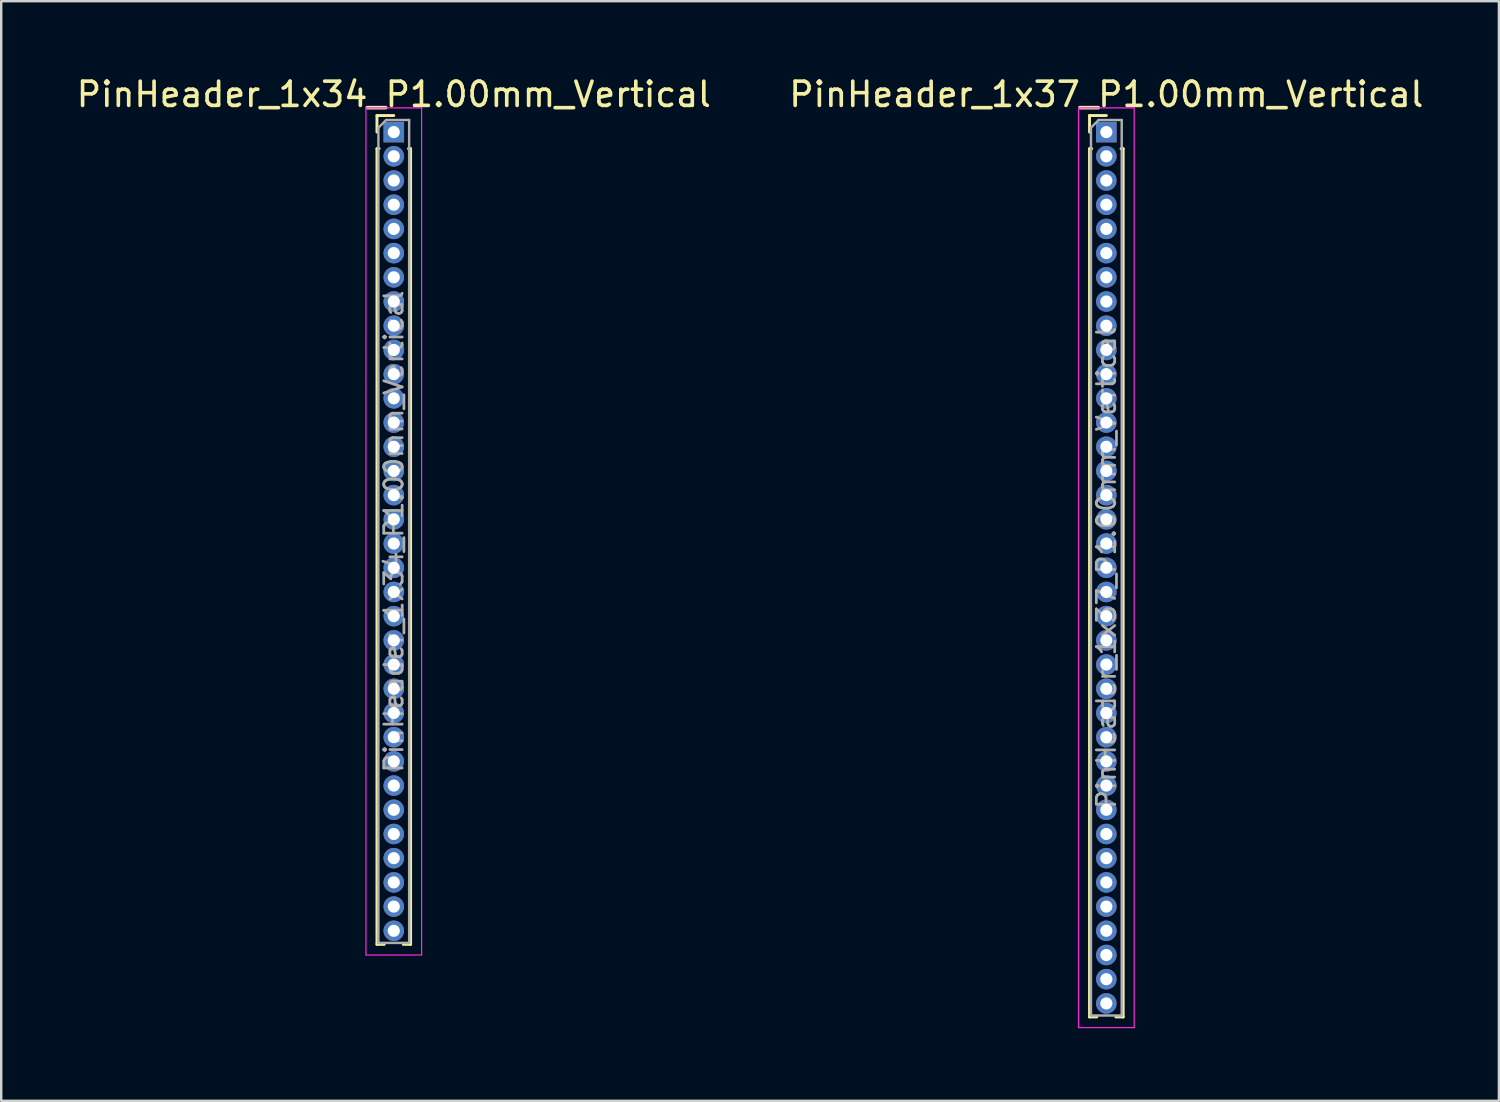
<source format=kicad_pcb>
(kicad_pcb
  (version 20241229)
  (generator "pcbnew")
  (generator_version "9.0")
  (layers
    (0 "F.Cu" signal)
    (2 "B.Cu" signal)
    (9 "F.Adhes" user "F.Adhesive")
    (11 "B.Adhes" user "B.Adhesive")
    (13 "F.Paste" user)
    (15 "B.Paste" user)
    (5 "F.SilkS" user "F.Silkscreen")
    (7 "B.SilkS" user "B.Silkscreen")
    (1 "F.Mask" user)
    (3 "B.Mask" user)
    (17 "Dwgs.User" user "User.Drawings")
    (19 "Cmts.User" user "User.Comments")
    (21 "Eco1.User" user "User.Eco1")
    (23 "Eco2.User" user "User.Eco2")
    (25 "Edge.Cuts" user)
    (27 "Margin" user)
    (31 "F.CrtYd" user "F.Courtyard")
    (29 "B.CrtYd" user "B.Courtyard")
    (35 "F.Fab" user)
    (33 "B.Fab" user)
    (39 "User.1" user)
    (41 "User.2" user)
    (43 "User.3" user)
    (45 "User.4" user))
  (footprint "PinHeader_1x34_P1.00mm_Vertical"
    (layer "F.Cu")
    (at 13.22 2.408)
    (property "Reference" "PinHeader_1x34_P1.00mm_Vertical" (at 0 -1.56 0) (layer "F.SilkS") (effects (font (size 1 1) (thickness 0.15))))
    (attr through_hole)
    (fp_line (start -0.695 -0.685) (end 0 -0.685) (stroke (width 0.12) (type solid)) (layer "F.SilkS"))
    (fp_line (start -0.695 0) (end -0.695 -0.685) (stroke (width 0.12) (type solid)) (layer "F.SilkS"))
    (fp_line (start -0.695 0.685) (end -0.695 33.56) (stroke (width 0.12) (type solid)) (layer "F.SilkS"))
    (fp_line (start -0.695 0.685) (end -0.608 0.685) (stroke (width 0.12) (type solid)) (layer "F.SilkS"))
    (fp_line (start -0.695 33.56) (end -0.394 33.56) (stroke (width 0.12) (type solid)) (layer "F.SilkS"))
    (fp_line (start 0.394 33.56) (end 0.695 33.56) (stroke (width 0.12) (type solid)) (layer "F.SilkS"))
    (fp_line (start 0.608 0.685) (end 0.695 0.685) (stroke (width 0.12) (type solid)) (layer "F.SilkS"))
    (fp_line (start 0.695 0.685) (end 0.695 33.56) (stroke (width 0.12) (type solid)) (layer "F.SilkS"))
    (fp_line (start -1.15 -1) (end -1.15 34) (stroke (width 0.05) (type solid)) (layer "F.CrtYd"))
    (fp_line (start -1.15 34) (end 1.15 34) (stroke (width 0.05) (type solid)) (layer "F.CrtYd"))
    (fp_line (start 1.15 -1) (end -1.15 -1) (stroke (width 0.05) (type solid)) (layer "F.CrtYd"))
    (fp_line (start 1.15 34) (end 1.15 -1) (stroke (width 0.05) (type solid)) (layer "F.CrtYd"))
    (fp_line (start -0.635 -0.182) (end -0.318 -0.5) (stroke (width 0.1) (type solid)) (layer "F.Fab"))
    (fp_line (start -0.635 33.5) (end -0.635 -0.182) (stroke (width 0.1) (type solid)) (layer "F.Fab"))
    (fp_line (start -0.318 -0.5) (end 0.635 -0.5) (stroke (width 0.1) (type solid)) (layer "F.Fab"))
    (fp_line (start 0.635 -0.5) (end 0.635 33.5) (stroke (width 0.1) (type solid)) (layer "F.Fab"))
    (fp_line (start 0.635 33.5) (end -0.635 33.5) (stroke (width 0.1) (type solid)) (layer "F.Fab"))
    (fp_text user "${REFERENCE}" (at 0 16.5 90) (layer "F.Fab") (effects (font (size 0.76 0.76) (thickness 0.114))))
    (pad "1" thru_hole rect (at 0 0) (size 0.85 0.85) (drill 0.5) (layers "*.Cu" "*.Mask"))
    (pad "2" thru_hole oval (at 0 1) (size 0.85 0.85) (drill 0.5) (layers "*.Cu" "*.Mask"))
    (pad "3" thru_hole oval (at 0 2) (size 0.85 0.85) (drill 0.5) (layers "*.Cu" "*.Mask"))
    (pad "4" thru_hole oval (at 0 3) (size 0.85 0.85) (drill 0.5) (layers "*.Cu" "*.Mask"))
    (pad "5" thru_hole oval (at 0 4) (size 0.85 0.85) (drill 0.5) (layers "*.Cu" "*.Mask"))
    (pad "6" thru_hole oval (at 0 5) (size 0.85 0.85) (drill 0.5) (layers "*.Cu" "*.Mask"))
    (pad "7" thru_hole oval (at 0 6) (size 0.85 0.85) (drill 0.5) (layers "*.Cu" "*.Mask"))
    (pad "8" thru_hole oval (at 0 7) (size 0.85 0.85) (drill 0.5) (layers "*.Cu" "*.Mask"))
    (pad "9" thru_hole oval (at 0 8) (size 0.85 0.85) (drill 0.5) (layers "*.Cu" "*.Mask"))
    (pad "10" thru_hole oval (at 0 9) (size 0.85 0.85) (drill 0.5) (layers "*.Cu" "*.Mask"))
    (pad "11" thru_hole oval (at 0 10) (size 0.85 0.85) (drill 0.5) (layers "*.Cu" "*.Mask"))
    (pad "12" thru_hole oval (at 0 11) (size 0.85 0.85) (drill 0.5) (layers "*.Cu" "*.Mask"))
    (pad "13" thru_hole oval (at 0 12) (size 0.85 0.85) (drill 0.5) (layers "*.Cu" "*.Mask"))
    (pad "14" thru_hole oval (at 0 13) (size 0.85 0.85) (drill 0.5) (layers "*.Cu" "*.Mask"))
    (pad "15" thru_hole oval (at 0 14) (size 0.85 0.85) (drill 0.5) (layers "*.Cu" "*.Mask"))
    (pad "16" thru_hole oval (at 0 15) (size 0.85 0.85) (drill 0.5) (layers "*.Cu" "*.Mask"))
    (pad "17" thru_hole oval (at 0 16) (size 0.85 0.85) (drill 0.5) (layers "*.Cu" "*.Mask"))
    (pad "18" thru_hole oval (at 0 17) (size 0.85 0.85) (drill 0.5) (layers "*.Cu" "*.Mask"))
    (pad "19" thru_hole oval (at 0 18) (size 0.85 0.85) (drill 0.5) (layers "*.Cu" "*.Mask"))
    (pad "20" thru_hole oval (at 0 19) (size 0.85 0.85) (drill 0.5) (layers "*.Cu" "*.Mask"))
    (pad "21" thru_hole oval (at 0 20) (size 0.85 0.85) (drill 0.5) (layers "*.Cu" "*.Mask"))
    (pad "22" thru_hole oval (at 0 21) (size 0.85 0.85) (drill 0.5) (layers "*.Cu" "*.Mask"))
    (pad "23" thru_hole oval (at 0 22) (size 0.85 0.85) (drill 0.5) (layers "*.Cu" "*.Mask"))
    (pad "24" thru_hole oval (at 0 23) (size 0.85 0.85) (drill 0.5) (layers "*.Cu" "*.Mask"))
    (pad "25" thru_hole oval (at 0 24) (size 0.85 0.85) (drill 0.5) (layers "*.Cu" "*.Mask"))
    (pad "26" thru_hole oval (at 0 25) (size 0.85 0.85) (drill 0.5) (layers "*.Cu" "*.Mask"))
    (pad "27" thru_hole oval (at 0 26) (size 0.85 0.85) (drill 0.5) (layers "*.Cu" "*.Mask"))
    (pad "28" thru_hole oval (at 0 27) (size 0.85 0.85) (drill 0.5) (layers "*.Cu" "*.Mask"))
    (pad "29" thru_hole oval (at 0 28) (size 0.85 0.85) (drill 0.5) (layers "*.Cu" "*.Mask"))
    (pad "30" thru_hole oval (at 0 29) (size 0.85 0.85) (drill 0.5) (layers "*.Cu" "*.Mask"))
    (pad "31" thru_hole oval (at 0 30) (size 0.85 0.85) (drill 0.5) (layers "*.Cu" "*.Mask"))
    (pad "32" thru_hole oval (at 0 31) (size 0.85 0.85) (drill 0.5) (layers "*.Cu" "*.Mask"))
    (pad "33" thru_hole oval (at 0 32) (size 0.85 0.85) (drill 0.5) (layers "*.Cu" "*.Mask"))
    (pad "34" thru_hole oval (at 0 33) (size 0.85 0.85) (drill 0.5) (layers "*.Cu" "*.Mask")))
  (footprint "PinHeader_1x37_P1.00mm_Vertical"
    (layer "F.Cu")
    (at 42.661 2.408)
    (property "Reference" "PinHeader_1x37_P1.00mm_Vertical" (at 0 -1.56 0) (layer "F.SilkS") (effects (font (size 1 1) (thickness 0.15))))
    (attr through_hole)
    (fp_line (start -0.695 -0.685) (end 0 -0.685) (stroke (width 0.12) (type solid)) (layer "F.SilkS"))
    (fp_line (start -0.695 0) (end -0.695 -0.685) (stroke (width 0.12) (type solid)) (layer "F.SilkS"))
    (fp_line (start -0.695 0.685) (end -0.695 36.56) (stroke (width 0.12) (type solid)) (layer "F.SilkS"))
    (fp_line (start -0.695 0.685) (end -0.608 0.685) (stroke (width 0.12) (type solid)) (layer "F.SilkS"))
    (fp_line (start -0.695 36.56) (end -0.394 36.56) (stroke (width 0.12) (type solid)) (layer "F.SilkS"))
    (fp_line (start 0.394 36.56) (end 0.695 36.56) (stroke (width 0.12) (type solid)) (layer "F.SilkS"))
    (fp_line (start 0.608 0.685) (end 0.695 0.685) (stroke (width 0.12) (type solid)) (layer "F.SilkS"))
    (fp_line (start 0.695 0.685) (end 0.695 36.56) (stroke (width 0.12) (type solid)) (layer "F.SilkS"))
    (fp_line (start -1.15 -1) (end -1.15 37) (stroke (width 0.05) (type solid)) (layer "F.CrtYd"))
    (fp_line (start -1.15 37) (end 1.15 37) (stroke (width 0.05) (type solid)) (layer "F.CrtYd"))
    (fp_line (start 1.15 -1) (end -1.15 -1) (stroke (width 0.05) (type solid)) (layer "F.CrtYd"))
    (fp_line (start 1.15 37) (end 1.15 -1) (stroke (width 0.05) (type solid)) (layer "F.CrtYd"))
    (fp_line (start -0.635 -0.182) (end -0.318 -0.5) (stroke (width 0.1) (type solid)) (layer "F.Fab"))
    (fp_line (start -0.635 36.5) (end -0.635 -0.182) (stroke (width 0.1) (type solid)) (layer "F.Fab"))
    (fp_line (start -0.318 -0.5) (end 0.635 -0.5) (stroke (width 0.1) (type solid)) (layer "F.Fab"))
    (fp_line (start 0.635 -0.5) (end 0.635 36.5) (stroke (width 0.1) (type solid)) (layer "F.Fab"))
    (fp_line (start 0.635 36.5) (end -0.635 36.5) (stroke (width 0.1) (type solid)) (layer "F.Fab"))
    (fp_text user "${REFERENCE}" (at 0 18 90) (layer "F.Fab") (effects (font (size 0.76 0.76) (thickness 0.114))))
    (pad "1" thru_hole rect (at 0 0) (size 0.85 0.85) (drill 0.5) (layers "*.Cu" "*.Mask"))
    (pad "2" thru_hole oval (at 0 1) (size 0.85 0.85) (drill 0.5) (layers "*.Cu" "*.Mask"))
    (pad "3" thru_hole oval (at 0 2) (size 0.85 0.85) (drill 0.5) (layers "*.Cu" "*.Mask"))
    (pad "4" thru_hole oval (at 0 3) (size 0.85 0.85) (drill 0.5) (layers "*.Cu" "*.Mask"))
    (pad "5" thru_hole oval (at 0 4) (size 0.85 0.85) (drill 0.5) (layers "*.Cu" "*.Mask"))
    (pad "6" thru_hole oval (at 0 5) (size 0.85 0.85) (drill 0.5) (layers "*.Cu" "*.Mask"))
    (pad "7" thru_hole oval (at 0 6) (size 0.85 0.85) (drill 0.5) (layers "*.Cu" "*.Mask"))
    (pad "8" thru_hole oval (at 0 7) (size 0.85 0.85) (drill 0.5) (layers "*.Cu" "*.Mask"))
    (pad "9" thru_hole oval (at 0 8) (size 0.85 0.85) (drill 0.5) (layers "*.Cu" "*.Mask"))
    (pad "10" thru_hole oval (at 0 9) (size 0.85 0.85) (drill 0.5) (layers "*.Cu" "*.Mask"))
    (pad "11" thru_hole oval (at 0 10) (size 0.85 0.85) (drill 0.5) (layers "*.Cu" "*.Mask"))
    (pad "12" thru_hole oval (at 0 11) (size 0.85 0.85) (drill 0.5) (layers "*.Cu" "*.Mask"))
    (pad "13" thru_hole oval (at 0 12) (size 0.85 0.85) (drill 0.5) (layers "*.Cu" "*.Mask"))
    (pad "14" thru_hole oval (at 0 13) (size 0.85 0.85) (drill 0.5) (layers "*.Cu" "*.Mask"))
    (pad "15" thru_hole oval (at 0 14) (size 0.85 0.85) (drill 0.5) (layers "*.Cu" "*.Mask"))
    (pad "16" thru_hole oval (at 0 15) (size 0.85 0.85) (drill 0.5) (layers "*.Cu" "*.Mask"))
    (pad "17" thru_hole oval (at 0 16) (size 0.85 0.85) (drill 0.5) (layers "*.Cu" "*.Mask"))
    (pad "18" thru_hole oval (at 0 17) (size 0.85 0.85) (drill 0.5) (layers "*.Cu" "*.Mask"))
    (pad "19" thru_hole oval (at 0 18) (size 0.85 0.85) (drill 0.5) (layers "*.Cu" "*.Mask"))
    (pad "20" thru_hole oval (at 0 19) (size 0.85 0.85) (drill 0.5) (layers "*.Cu" "*.Mask"))
    (pad "21" thru_hole oval (at 0 20) (size 0.85 0.85) (drill 0.5) (layers "*.Cu" "*.Mask"))
    (pad "22" thru_hole oval (at 0 21) (size 0.85 0.85) (drill 0.5) (layers "*.Cu" "*.Mask"))
    (pad "23" thru_hole oval (at 0 22) (size 0.85 0.85) (drill 0.5) (layers "*.Cu" "*.Mask"))
    (pad "24" thru_hole oval (at 0 23) (size 0.85 0.85) (drill 0.5) (layers "*.Cu" "*.Mask"))
    (pad "25" thru_hole oval (at 0 24) (size 0.85 0.85) (drill 0.5) (layers "*.Cu" "*.Mask"))
    (pad "26" thru_hole oval (at 0 25) (size 0.85 0.85) (drill 0.5) (layers "*.Cu" "*.Mask"))
    (pad "27" thru_hole oval (at 0 26) (size 0.85 0.85) (drill 0.5) (layers "*.Cu" "*.Mask"))
    (pad "28" thru_hole oval (at 0 27) (size 0.85 0.85) (drill 0.5) (layers "*.Cu" "*.Mask"))
    (pad "29" thru_hole oval (at 0 28) (size 0.85 0.85) (drill 0.5) (layers "*.Cu" "*.Mask"))
    (pad "30" thru_hole oval (at 0 29) (size 0.85 0.85) (drill 0.5) (layers "*.Cu" "*.Mask"))
    (pad "31" thru_hole oval (at 0 30) (size 0.85 0.85) (drill 0.5) (layers "*.Cu" "*.Mask"))
    (pad "32" thru_hole oval (at 0 31) (size 0.85 0.85) (drill 0.5) (layers "*.Cu" "*.Mask"))
    (pad "33" thru_hole oval (at 0 32) (size 0.85 0.85) (drill 0.5) (layers "*.Cu" "*.Mask"))
    (pad "34" thru_hole oval (at 0 33) (size 0.85 0.85) (drill 0.5) (layers "*.Cu" "*.Mask"))
    (pad "35" thru_hole oval (at 0 34) (size 0.85 0.85) (drill 0.5) (layers "*.Cu" "*.Mask"))
    (pad "36" thru_hole oval (at 0 35) (size 0.85 0.85) (drill 0.5) (layers "*.Cu" "*.Mask"))
    (pad "37" thru_hole oval (at 0 36) (size 0.85 0.85) (drill 0.5) (layers "*.Cu" "*.Mask")))
  (gr_rect
    (start -3 -3)
    (end 58.881 42.433)
    (stroke (width 0.1) (type default))
    (fill no)
    (layer "Edge.Cuts")))
</source>
